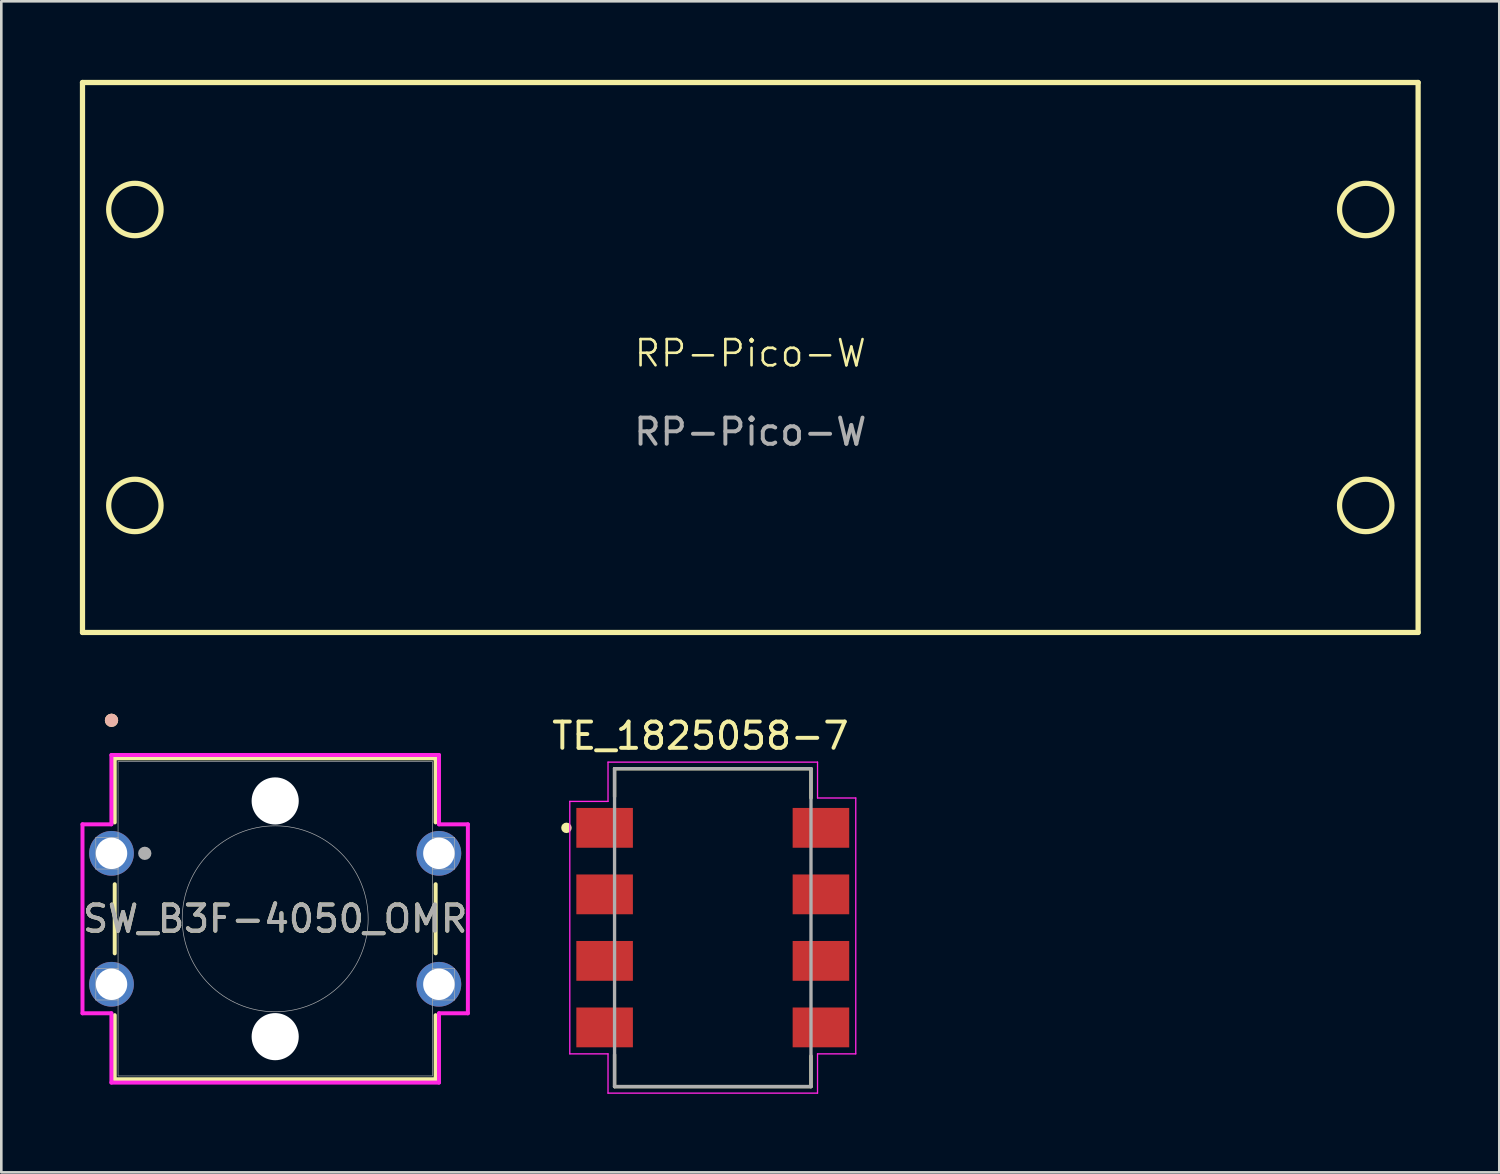
<source format=kicad_pcb>
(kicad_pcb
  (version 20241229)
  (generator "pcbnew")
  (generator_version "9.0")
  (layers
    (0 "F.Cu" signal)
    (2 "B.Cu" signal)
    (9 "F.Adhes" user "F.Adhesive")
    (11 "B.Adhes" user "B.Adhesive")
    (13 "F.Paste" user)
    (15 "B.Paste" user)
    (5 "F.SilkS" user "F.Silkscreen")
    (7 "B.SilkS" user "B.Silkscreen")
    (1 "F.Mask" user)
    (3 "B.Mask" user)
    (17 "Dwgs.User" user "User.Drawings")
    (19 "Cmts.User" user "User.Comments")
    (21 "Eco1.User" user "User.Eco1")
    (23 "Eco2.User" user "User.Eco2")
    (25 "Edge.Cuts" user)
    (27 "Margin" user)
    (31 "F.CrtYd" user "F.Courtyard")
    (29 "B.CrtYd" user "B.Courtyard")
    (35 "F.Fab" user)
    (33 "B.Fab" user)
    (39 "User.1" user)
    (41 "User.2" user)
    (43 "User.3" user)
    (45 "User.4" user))
  (footprint "SW_B3F-4050_OMR"
    (layer "F.Cu")
    (at 1.208 29.534)
    (property "Reference" "SW_B3F-4050_OMR" (at 6.25 2.5 0) (unlocked yes) (layer "F.SilkS") (effects (font (size 1 1) (thickness 0.15))))
    (attr through_hole)
    (fp_line (start 0.123 -3.627) (end 0.123 -1.18) (stroke (width 0.152) (type solid)) (layer "F.SilkS"))
    (fp_line (start 0.123 1.18) (end 0.123 3.82) (stroke (width 0.152) (type solid)) (layer "F.SilkS"))
    (fp_line (start 0.123 6.18) (end 0.123 8.627) (stroke (width 0.152) (type solid)) (layer "F.SilkS"))
    (fp_line (start 0.123 8.627) (end 12.377 8.627) (stroke (width 0.152) (type solid)) (layer "F.SilkS"))
    (fp_line (start 12.377 -3.627) (end 0.123 -3.627) (stroke (width 0.152) (type solid)) (layer "F.SilkS"))
    (fp_line (start 12.377 -1.18) (end 12.377 -3.627) (stroke (width 0.152) (type solid)) (layer "F.SilkS"))
    (fp_line (start 12.377 3.82) (end 12.377 1.18) (stroke (width 0.152) (type solid)) (layer "F.SilkS"))
    (fp_line (start 12.377 8.627) (end 12.377 6.18) (stroke (width 0.152) (type solid)) (layer "F.SilkS"))
    (fp_circle (center 0 -5.08) (end 0.127 -5.08) (stroke (width 0.254) (type solid)) (fill no) (layer "F.SilkS"))
    (fp_circle (center 0 -5.08) (end 0.127 -5.08) (stroke (width 0.254) (type solid)) (fill no) (layer "B.SilkS"))
    (fp_line (start -1.108 -1.108) (end -0.004 -1.108) (stroke (width 0.152) (type solid)) (layer "F.CrtYd"))
    (fp_line (start -1.108 6.108) (end -1.108 -1.108) (stroke (width 0.152) (type solid)) (layer "F.CrtYd"))
    (fp_line (start -1.108 6.108) (end -0.004 6.108) (stroke (width 0.152) (type solid)) (layer "F.CrtYd"))
    (fp_line (start -0.004 -3.754) (end 12.504 -3.754) (stroke (width 0.152) (type solid)) (layer "F.CrtYd"))
    (fp_line (start -0.004 -1.108) (end -0.004 -3.754) (stroke (width 0.152) (type solid)) (layer "F.CrtYd"))
    (fp_line (start -0.004 8.754) (end -0.004 6.108) (stroke (width 0.152) (type solid)) (layer "F.CrtYd"))
    (fp_line (start 12.504 -3.754) (end 12.504 -1.108) (stroke (width 0.152) (type solid)) (layer "F.CrtYd"))
    (fp_line (start 12.504 6.108) (end 12.504 8.754) (stroke (width 0.152) (type solid)) (layer "F.CrtYd"))
    (fp_line (start 12.504 8.754) (end -0.004 8.754) (stroke (width 0.152) (type solid)) (layer "F.CrtYd"))
    (fp_line (start 13.608 -1.108) (end 12.504 -1.108) (stroke (width 0.152) (type solid)) (layer "F.CrtYd"))
    (fp_line (start 13.608 -1.108) (end 13.608 6.108) (stroke (width 0.152) (type solid)) (layer "F.CrtYd"))
    (fp_line (start 13.608 6.108) (end 12.504 6.108) (stroke (width 0.152) (type solid)) (layer "F.CrtYd"))
    (fp_line (start -0.6 -0.6) (end -0.6 0.6) (stroke (width 0.025) (type solid)) (layer "F.Fab"))
    (fp_line (start -0.6 0.6) (end 0.25 0.6) (stroke (width 0.025) (type solid)) (layer "F.Fab"))
    (fp_line (start -0.6 4.4) (end -0.6 5.6) (stroke (width 0.025) (type solid)) (layer "F.Fab"))
    (fp_line (start -0.6 5.6) (end 0.25 5.6) (stroke (width 0.025) (type solid)) (layer "F.Fab"))
    (fp_line (start 0.25 -0.6) (end -0.6 -0.6) (stroke (width 0.025) (type solid)) (layer "F.Fab"))
    (fp_line (start 0.25 0.6) (end 0.25 -0.6) (stroke (width 0.025) (type solid)) (layer "F.Fab"))
    (fp_line (start 0.25 4.4) (end -0.6 4.4) (stroke (width 0.025) (type solid)) (layer "F.Fab"))
    (fp_line (start 0.25 5.6) (end 0.25 4.4) (stroke (width 0.025) (type solid)) (layer "F.Fab"))
    (fp_line (start 0.25 -3.5) (end 0.25 8.5) (stroke (width 0.025) (type solid)) (layer "F.Fab"))
    (fp_line (start 0.25 8.5) (end 12.25 8.5) (stroke (width 0.025) (type solid)) (layer "F.Fab"))
    (fp_line (start 12.25 -3.5) (end 0.25 -3.5) (stroke (width 0.025) (type solid)) (layer "F.Fab"))
    (fp_line (start 12.25 8.5) (end 12.25 -3.5) (stroke (width 0.025) (type solid)) (layer "F.Fab"))
    (fp_line (start 12.25 -0.6) (end 12.25 0.6) (stroke (width 0.025) (type solid)) (layer "F.Fab"))
    (fp_line (start 12.25 0.6) (end 13.1 0.6) (stroke (width 0.025) (type solid)) (layer "F.Fab"))
    (fp_line (start 12.25 4.4) (end 12.25 5.6) (stroke (width 0.025) (type solid)) (layer "F.Fab"))
    (fp_line (start 12.25 5.6) (end 13.1 5.6) (stroke (width 0.025) (type solid)) (layer "F.Fab"))
    (fp_line (start 13.1 -0.6) (end 12.25 -0.6) (stroke (width 0.025) (type solid)) (layer "F.Fab"))
    (fp_line (start 13.1 0.6) (end 13.1 -0.6) (stroke (width 0.025) (type solid)) (layer "F.Fab"))
    (fp_line (start 13.1 4.4) (end 12.25 4.4) (stroke (width 0.025) (type solid)) (layer "F.Fab"))
    (fp_line (start 13.1 5.6) (end 13.1 4.4) (stroke (width 0.025) (type solid)) (layer "F.Fab"))
    (fp_circle (center 1.27 0) (end 1.397 0) (stroke (width 0.254) (type solid)) (fill no) (layer "F.Fab"))
    (fp_circle (center 6.25 2.5) (end 9.8 2.5) (stroke (width 0.025) (type solid)) (fill no) (layer "F.Fab"))
    (fp_text user "${REFERENCE}" (at 6.25 2.5 0) (unlocked yes) (layer "F.Fab") (effects (font (size 1 1) (thickness 0.15))))
    (pad "" np_thru_hole circle (at 6.25 -2) (size 1.8 1.8) (drill 1.8) (layers "*.Cu" "*.Mask"))
    (pad "" np_thru_hole circle (at 6.25 7) (size 1.8 1.8) (drill 1.8) (layers "*.Cu" "*.Mask"))
    (pad "1" thru_hole circle (at 0 0) (size 1.708 1.708) (drill 1.2) (layers "*.Cu" "*.Mask"))
    (pad "2" thru_hole circle (at 12.5 0) (size 1.708 1.708) (drill 1.2) (layers "*.Cu" "*.Mask"))
    (pad "3" thru_hole circle (at 0 5) (size 1.708 1.708) (drill 1.2) (layers "*.Cu" "*.Mask"))
    (pad "4" thru_hole circle (at 12.5 5) (size 1.708 1.708) (drill 1.2) (layers "*.Cu" "*.Mask")))
  (footprint "TE_1825058-7"
    (layer "F.Cu")
    (at 24.167 32.371)
    (property "Reference" "TE_1825058-7" (at -0.472 -7.322 0) (layer "F.SilkS") (effects (font (size 1.002 1.002) (thickness 0.15))))
    (attr smd)
    (fp_line (start -3.75 -6.07) (end 3.75 -6.07) (stroke (width 0.127) (type solid)) (layer "F.SilkS"))
    (fp_line (start -3.75 -5) (end -3.75 -6.07) (stroke (width 0.127) (type solid)) (layer "F.SilkS"))
    (fp_line (start -3.75 4.85) (end -3.75 6.07) (stroke (width 0.127) (type solid)) (layer "F.SilkS"))
    (fp_line (start -3.75 6.07) (end 3.75 6.07) (stroke (width 0.127) (type solid)) (layer "F.SilkS"))
    (fp_line (start 3.75 -6.07) (end 3.75 -4.95) (stroke (width 0.127) (type solid)) (layer "F.SilkS"))
    (fp_line (start 3.75 6.07) (end 3.75 4.9) (stroke (width 0.127) (type solid)) (layer "F.SilkS"))
    (fp_circle (center -5.588 -3.81) (end -5.488 -3.81) (stroke (width 0.2) (type solid)) (fill no) (layer "F.SilkS"))
    (fp_line (start -5.46 -4.82) (end -4 -4.82) (stroke (width 0.05) (type solid)) (layer "F.CrtYd"))
    (fp_line (start -5.46 4.82) (end -5.46 -4.82) (stroke (width 0.05) (type solid)) (layer "F.CrtYd"))
    (fp_line (start -4 -6.32) (end 4 -6.32) (stroke (width 0.05) (type solid)) (layer "F.CrtYd"))
    (fp_line (start -4 -4.82) (end -4 -6.32) (stroke (width 0.05) (type solid)) (layer "F.CrtYd"))
    (fp_line (start -4 4.82) (end -5.46 4.82) (stroke (width 0.05) (type solid)) (layer "F.CrtYd"))
    (fp_line (start -4 6.32) (end -4 4.82) (stroke (width 0.05) (type solid)) (layer "F.CrtYd"))
    (fp_line (start 4 -6.32) (end 4 -4.95) (stroke (width 0.05) (type solid)) (layer "F.CrtYd"))
    (fp_line (start 4 -4.95) (end 5.46 -4.95) (stroke (width 0.05) (type solid)) (layer "F.CrtYd"))
    (fp_line (start 4 4.82) (end 4 6.32) (stroke (width 0.05) (type solid)) (layer "F.CrtYd"))
    (fp_line (start 4 6.32) (end -4 6.32) (stroke (width 0.05) (type solid)) (layer "F.CrtYd"))
    (fp_line (start 5.46 -4.95) (end 5.46 4.82) (stroke (width 0.05) (type solid)) (layer "F.CrtYd"))
    (fp_line (start 5.46 4.82) (end 4 4.82) (stroke (width 0.05) (type solid)) (layer "F.CrtYd"))
    (fp_line (start -3.75 -6.07) (end 3.75 -6.07) (stroke (width 0.127) (type solid)) (layer "F.Fab"))
    (fp_line (start -3.75 6.07) (end -3.75 -6.07) (stroke (width 0.127) (type solid)) (layer "F.Fab"))
    (fp_line (start 3.75 -6.07) (end 3.75 6.07) (stroke (width 0.127) (type solid)) (layer "F.Fab"))
    (fp_line (start 3.75 6.07) (end -3.75 6.07) (stroke (width 0.127) (type solid)) (layer "F.Fab"))
    (pad "1" smd rect (at -4.13 -3.81) (size 2.16 1.52) (layers "F.Cu" "F.Mask" "F.Paste"))
    (pad "2" smd rect (at 4.13 -3.81) (size 2.16 1.52) (layers "F.Cu" "F.Mask" "F.Paste"))
    (pad "3" smd rect (at -4.13 -1.27) (size 2.16 1.52) (layers "F.Cu" "F.Mask" "F.Paste"))
    (pad "4" smd rect (at 4.13 -1.27) (size 2.16 1.52) (layers "F.Cu" "F.Mask" "F.Paste"))
    (pad "5" smd rect (at -4.13 1.27) (size 2.16 1.52) (layers "F.Cu" "F.Mask" "F.Paste"))
    (pad "6" smd rect (at 4.13 1.27) (size 2.16 1.52) (layers "F.Cu" "F.Mask" "F.Paste"))
    (pad "7" smd rect (at -4.13 3.81) (size 2.16 1.52) (layers "F.Cu" "F.Mask" "F.Paste"))
    (pad "8" smd rect (at 4.13 3.81) (size 2.16 1.52) (layers "F.Cu" "F.Mask" "F.Paste")))
  (footprint "RP-Pico-W"
    (layer "F.Cu")
    (at 25.6 10.94)
    (property "Reference" "RP-Pico-W" (at 0 -0.5 0) (unlocked yes) (layer "F.SilkS") (effects (font (size 1 1) (thickness 0.1))))
    (attr through_hole)
    (fp_line (start -25.5 -10.84) (end 25.5 -10.84) (stroke (width 0.2) (type solid)) (layer "F.SilkS"))
    (fp_line (start -25.5 10.16) (end -25.5 -10.84) (stroke (width 0.2) (type solid)) (layer "F.SilkS"))
    (fp_line (start 25.5 -10.84) (end 25.5 10.16) (stroke (width 0.2) (type solid)) (layer "F.SilkS"))
    (fp_line (start 25.5 10.16) (end -25.5 10.16) (stroke (width 0.2) (type solid)) (layer "F.SilkS"))
    (fp_circle (center -23.5 -5.99) (end -22.5 -5.99) (stroke (width 0.2) (type solid)) (fill no) (layer "F.SilkS"))
    (fp_circle (center -23.5 5.31) (end -22.5 5.31) (stroke (width 0.2) (type solid)) (fill no) (layer "F.SilkS"))
    (fp_circle (center 23.5 -5.99) (end 24.5 -5.99) (stroke (width 0.2) (type solid)) (fill no) (layer "F.SilkS"))
    (fp_circle (center 23.5 5.31) (end 24.5 5.31) (stroke (width 0.2) (type solid)) (fill no) (layer "F.SilkS"))
    (fp_text user "${REFERENCE}" (at 0 2.5 0) (unlocked yes) (layer "F.Fab") (effects (font (size 1 1) (thickness 0.15)))))
  (gr_rect
    (start -3 -3)
    (end 54.2 41.716)
    (stroke (width 0.1) (type default))
    (fill no)
    (layer "Edge.Cuts")))
</source>
